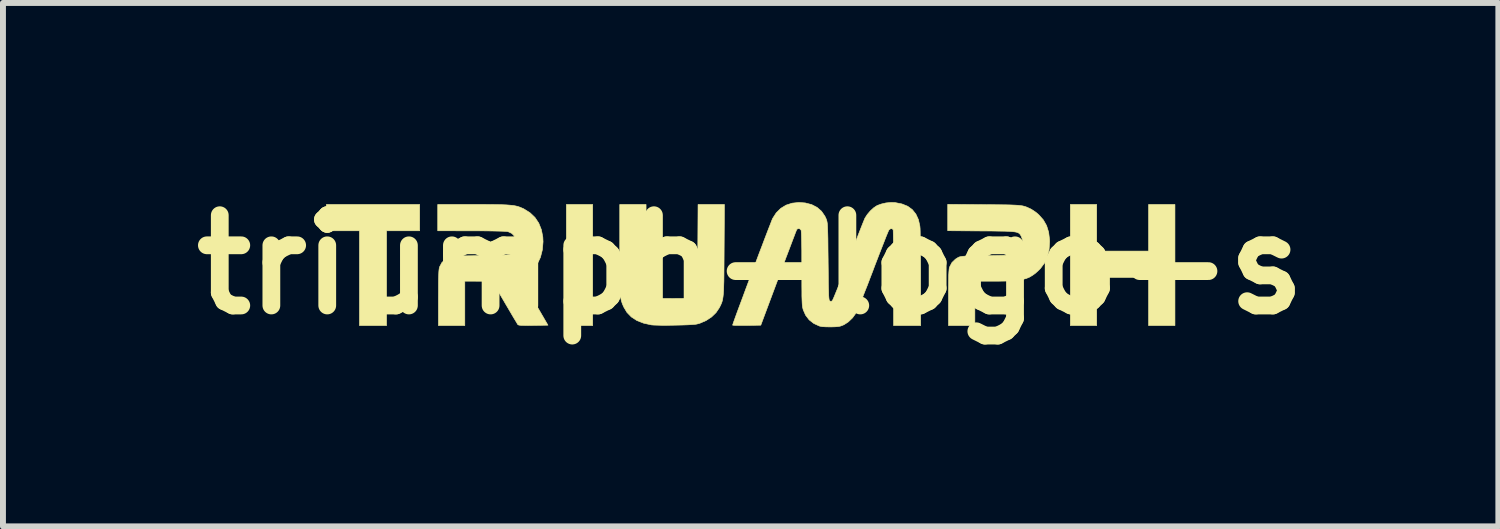
<source format=kicad_pcb>
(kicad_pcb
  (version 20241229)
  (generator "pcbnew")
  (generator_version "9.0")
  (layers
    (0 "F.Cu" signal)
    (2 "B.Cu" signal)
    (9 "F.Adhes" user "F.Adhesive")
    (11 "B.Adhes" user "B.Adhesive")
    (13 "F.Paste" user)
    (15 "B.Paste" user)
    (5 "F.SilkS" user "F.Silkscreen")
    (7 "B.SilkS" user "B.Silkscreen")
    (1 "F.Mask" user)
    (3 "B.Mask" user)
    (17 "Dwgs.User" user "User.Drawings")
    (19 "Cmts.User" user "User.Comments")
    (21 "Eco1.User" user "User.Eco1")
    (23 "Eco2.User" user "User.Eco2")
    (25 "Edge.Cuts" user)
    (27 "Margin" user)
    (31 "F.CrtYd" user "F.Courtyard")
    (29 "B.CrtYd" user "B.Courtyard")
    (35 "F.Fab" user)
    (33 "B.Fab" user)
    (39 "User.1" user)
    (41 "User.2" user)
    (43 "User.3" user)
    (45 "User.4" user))
  (footprint "triumph-logo-s"
    (layer "F.Cu")
    (at 9.623 1.418)
    (property "Reference" "triumph-logo-s" (at 0 0 0) (layer "F.SilkS") (effects (font (size 1.524 1.524) (thickness 0.3))))
    (attr through_hole)
    (fp_poly (pts (xy -2.667 1.029) (xy -3.111 1.029) (xy -3.111 -1.016) (xy -2.667 -1.016) (xy -2.667 1.029)) (stroke (width 0.01) (type solid)) (fill yes) (layer "F.SilkS"))
    (fp_poly (pts (xy -5.588 -0.572) (xy -6.147 -0.572) (xy -6.147 1.029) (xy -6.604 1.029) (xy -6.604 -0.572) (xy -7.163 -0.572) (xy -7.163 -1.016) (xy -5.588 -1.016) (xy -5.588 -0.572)) (stroke (width 0.01) (type solid)) (fill yes) (layer "F.SilkS"))
    (fp_poly (pts (xy 5.842 -0.229) (xy 6.718 -0.229) (xy 6.718 -1.016) (xy 7.163 -1.016) (xy 7.163 1.029) (xy 6.718 1.029) (xy 6.718 0.216) (xy 5.842 0.216) (xy 5.842 1.029) (xy 5.397 1.029) (xy 5.397 -1.016) (xy 5.842 -1.016) (xy 5.842 -0.229)) (stroke (width 0.01) (type solid)) (fill yes) (layer "F.SilkS"))
    (fp_poly (pts (xy 3.94 -1.013) (xy 4.084 -1.012) (xy 4.205 -1.011) (xy 4.306 -1.01) (xy 4.389 -1.008) (xy 4.457 -1.005) (xy 4.511 -1.002) (xy 4.556 -0.997) (xy 4.592 -0.992) (xy 4.623 -0.984) (xy 4.651 -0.975) (xy 4.679 -0.963) (xy 4.709 -0.949) (xy 4.729 -0.94) (xy 4.77 -0.915) (xy 4.819 -0.881) (xy 4.863 -0.843) (xy 4.94 -0.757) (xy 4.996 -0.659) (xy 5.031 -0.547) (xy 5.046 -0.421) (xy 5.047 -0.387) (xy 5.038 -0.253) (xy 5.01 -0.133) (xy 4.961 -0.028) (xy 4.892 0.065) (xy 4.857 0.1) (xy 4.806 0.146) (xy 4.756 0.182) (xy 4.705 0.212) (xy 4.649 0.235) (xy 4.584 0.252) (xy 4.509 0.265) (xy 4.419 0.273) (xy 4.311 0.277) (xy 4.182 0.279) (xy 4.124 0.279) (xy 3.785 0.279) (xy 3.785 1.029) (xy 3.34 1.029) (xy 3.34 0.56) (xy 3.34 0.434) (xy 3.341 0.331) (xy 3.342 0.247) (xy 3.343 0.182) (xy 3.346 0.131) (xy 3.349 0.093) (xy 3.352 0.065) (xy 3.357 0.044) (xy 3.36 0.037) (xy 3.398 -0.035) (xy 3.458 -0.093) (xy 3.499 -0.119) (xy 3.513 -0.126) (xy 3.529 -0.132) (xy 3.548 -0.136) (xy 3.574 -0.14) (xy 3.609 -0.143) (xy 3.656 -0.146) (xy 3.717 -0.147) (xy 3.796 -0.149) (xy 3.896 -0.151) (xy 4.007 -0.152) (xy 4.127 -0.154) (xy 4.225 -0.156) (xy 4.303 -0.158) (xy 4.363 -0.16) (xy 4.409 -0.162) (xy 4.443 -0.165) (xy 4.467 -0.169) (xy 4.484 -0.174) (xy 4.498 -0.179) (xy 4.506 -0.184) (xy 4.551 -0.225) (xy 4.581 -0.281) (xy 4.595 -0.346) (xy 4.591 -0.414) (xy 4.572 -0.47) (xy 4.561 -0.492) (xy 4.55 -0.51) (xy 4.537 -0.524) (xy 4.52 -0.536) (xy 4.496 -0.546) (xy 4.463 -0.553) (xy 4.419 -0.558) (xy 4.362 -0.562) (xy 4.29 -0.565) (xy 4.199 -0.566) (xy 4.089 -0.568) (xy 3.956 -0.569) (xy 3.896 -0.569) (xy 3.327 -0.573) (xy 3.327 -1.018) (xy 3.94 -1.013)) (stroke (width 0.01) (type solid)) (fill yes) (layer "F.SilkS"))
    (fp_poly (pts (xy -1.763 -0.302) (xy -1.762 -0.149) (xy -1.761 -0.019) (xy -1.76 0.089) (xy -1.759 0.179) (xy -1.758 0.251) (xy -1.756 0.308) (xy -1.754 0.353) (xy -1.752 0.387) (xy -1.749 0.412) (xy -1.746 0.431) (xy -1.741 0.445) (xy -1.736 0.457) (xy -1.733 0.464) (xy -1.694 0.514) (xy -1.651 0.543) (xy -1.631 0.552) (xy -1.61 0.56) (xy -1.586 0.565) (xy -1.554 0.568) (xy -1.509 0.57) (xy -1.449 0.571) (xy -1.369 0.571) (xy -1.327 0.572) (xy -1.237 0.571) (xy -1.169 0.571) (xy -1.118 0.569) (xy -1.081 0.566) (xy -1.054 0.562) (xy -1.032 0.556) (xy -1.012 0.547) (xy -1.003 0.543) (xy -0.957 0.512) (xy -0.923 0.473) (xy -0.921 0.47) (xy -0.916 0.46) (xy -0.911 0.448) (xy -0.907 0.433) (xy -0.904 0.412) (xy -0.901 0.384) (xy -0.899 0.346) (xy -0.897 0.296) (xy -0.896 0.233) (xy -0.895 0.153) (xy -0.894 0.056) (xy -0.893 -0.062) (xy -0.892 -0.201) (xy -0.892 -0.295) (xy -0.888 -1.016) (xy -0.443 -1.016) (xy -0.448 -0.251) (xy -0.449 -0.086) (xy -0.45 0.056) (xy -0.451 0.177) (xy -0.452 0.279) (xy -0.455 0.364) (xy -0.457 0.434) (xy -0.461 0.492) (xy -0.466 0.539) (xy -0.472 0.578) (xy -0.479 0.611) (xy -0.488 0.64) (xy -0.499 0.666) (xy -0.512 0.694) (xy -0.527 0.723) (xy -0.528 0.726) (xy -0.584 0.809) (xy -0.66 0.883) (xy -0.753 0.944) (xy -0.857 0.989) (xy -0.908 1.003) (xy -0.94 1.008) (xy -0.994 1.012) (xy -1.063 1.016) (xy -1.145 1.019) (xy -1.234 1.021) (xy -1.327 1.023) (xy -1.417 1.024) (xy -1.502 1.024) (xy -1.576 1.022) (xy -1.636 1.02) (xy -1.676 1.017) (xy -1.676 1.017) (xy -1.807 0.988) (xy -1.92 0.944) (xy -2.014 0.883) (xy -2.088 0.807) (xy -2.14 0.72) (xy -2.154 0.689) (xy -2.166 0.661) (xy -2.176 0.632) (xy -2.185 0.602) (xy -2.192 0.568) (xy -2.197 0.527) (xy -2.201 0.478) (xy -2.204 0.419) (xy -2.207 0.346) (xy -2.208 0.259) (xy -2.209 0.155) (xy -2.21 0.031) (xy -2.21 -0.114) (xy -2.21 -0.257) (xy -2.21 -1.016) (xy -1.988 -1.016) (xy -1.766 -1.016) (xy -1.763 -0.302)) (stroke (width 0.01) (type solid)) (fill yes) (layer "F.SilkS"))
    (fp_poly (pts (xy -4.683 -1.016) (xy -4.53 -1.016) (xy -4.401 -1.015) (xy -4.291 -1.014) (xy -4.2 -1.012) (xy -4.125 -1.009) (xy -4.062 -1.004) (xy -4.01 -0.999) (xy -3.967 -0.991) (xy -3.929 -0.982) (xy -3.895 -0.97) (xy -3.862 -0.956) (xy -3.827 -0.94) (xy -3.827 -0.94) (xy -3.725 -0.876) (xy -3.641 -0.796) (xy -3.577 -0.7) (xy -3.533 -0.59) (xy -3.509 -0.467) (xy -3.505 -0.386) (xy -3.517 -0.249) (xy -3.549 -0.124) (xy -3.602 -0.012) (xy -3.675 0.086) (xy -3.768 0.168) (xy -3.802 0.191) (xy -3.838 0.214) (xy -3.863 0.232) (xy -3.873 0.241) (xy -3.867 0.253) (xy -3.849 0.285) (xy -3.822 0.333) (xy -3.786 0.396) (xy -3.743 0.47) (xy -3.694 0.554) (xy -3.647 0.635) (xy -3.422 1.022) (xy -3.67 1.026) (xy -3.759 1.027) (xy -3.825 1.026) (xy -3.873 1.025) (xy -3.904 1.022) (xy -3.923 1.017) (xy -3.931 1.012) (xy -3.94 0.997) (xy -3.96 0.963) (xy -3.991 0.912) (xy -4.029 0.848) (xy -4.073 0.773) (xy -4.122 0.69) (xy -4.153 0.637) (xy -4.362 0.28) (xy -4.826 0.279) (xy -4.826 1.029) (xy -5.271 1.029) (xy -5.271 0.56) (xy -5.27 0.434) (xy -5.27 0.331) (xy -5.269 0.247) (xy -5.267 0.182) (xy -5.265 0.131) (xy -5.262 0.093) (xy -5.258 0.065) (xy -5.253 0.044) (xy -5.251 0.037) (xy -5.213 -0.035) (xy -5.153 -0.093) (xy -5.112 -0.119) (xy -5.098 -0.126) (xy -5.083 -0.131) (xy -5.064 -0.136) (xy -5.039 -0.14) (xy -5.005 -0.143) (xy -4.96 -0.145) (xy -4.9 -0.147) (xy -4.824 -0.149) (xy -4.728 -0.15) (xy -4.609 -0.152) (xy -4.578 -0.152) (xy -4.453 -0.154) (xy -4.351 -0.156) (xy -4.268 -0.158) (xy -4.204 -0.16) (xy -4.155 -0.162) (xy -4.118 -0.165) (xy -4.092 -0.169) (xy -4.073 -0.173) (xy -4.059 -0.179) (xy -4.055 -0.181) (xy -4.003 -0.223) (xy -3.969 -0.28) (xy -3.955 -0.348) (xy -3.962 -0.419) (xy -3.989 -0.483) (xy -4.033 -0.528) (xy -4.095 -0.556) (xy -4.102 -0.558) (xy -4.129 -0.561) (xy -4.18 -0.564) (xy -4.252 -0.566) (xy -4.343 -0.568) (xy -4.453 -0.57) (xy -4.577 -0.571) (xy -4.716 -0.571) (xy -4.721 -0.571) (xy -5.283 -0.572) (xy -5.283 -1.016) (xy -4.683 -1.016)) (stroke (width 0.01) (type solid)) (fill yes) (layer "F.SilkS"))
    (fp_poly (pts (xy 0.921 -1.042) (xy 1.03 -1.014) (xy 1.121 -0.967) (xy 1.196 -0.902) (xy 1.253 -0.819) (xy 1.273 -0.777) (xy 1.279 -0.76) (xy 1.285 -0.744) (xy 1.289 -0.725) (xy 1.293 -0.702) (xy 1.296 -0.672) (xy 1.298 -0.633) (xy 1.3 -0.583) (xy 1.302 -0.52) (xy 1.304 -0.44) (xy 1.305 -0.343) (xy 1.306 -0.225) (xy 1.308 -0.084) (xy 1.308 -0.052) (xy 1.31 0.094) (xy 1.311 0.217) (xy 1.312 0.318) (xy 1.314 0.4) (xy 1.316 0.466) (xy 1.317 0.516) (xy 1.32 0.553) (xy 1.323 0.579) (xy 1.326 0.596) (xy 1.33 0.607) (xy 1.334 0.613) (xy 1.336 0.614) (xy 1.359 0.621) (xy 1.379 0.608) (xy 1.387 0.592) (xy 1.404 0.555) (xy 1.427 0.499) (xy 1.457 0.426) (xy 1.492 0.337) (xy 1.532 0.236) (xy 1.575 0.125) (xy 1.621 0.006) (xy 1.65 -0.072) (xy 1.698 -0.196) (xy 1.744 -0.315) (xy 1.787 -0.426) (xy 1.826 -0.527) (xy 1.86 -0.614) (xy 1.889 -0.687) (xy 1.911 -0.741) (xy 1.925 -0.776) (xy 1.93 -0.786) (xy 1.969 -0.847) (xy 2.021 -0.908) (xy 2.079 -0.961) (xy 2.135 -0.998) (xy 2.203 -1.023) (xy 2.284 -1.042) (xy 2.368 -1.05) (xy 2.438 -1.048) (xy 2.554 -1.025) (xy 2.651 -0.986) (xy 2.729 -0.929) (xy 2.789 -0.854) (xy 2.832 -0.761) (xy 2.857 -0.65) (xy 2.857 -0.645) (xy 2.86 -0.616) (xy 2.862 -0.564) (xy 2.863 -0.491) (xy 2.865 -0.401) (xy 2.867 -0.295) (xy 2.868 -0.177) (xy 2.869 -0.048) (xy 2.87 0.089) (xy 2.87 0.231) (xy 2.87 0.238) (xy 2.87 1.029) (xy 2.413 1.029) (xy 2.413 0.23) (xy 2.413 0.089) (xy 2.413 -0.044) (xy 2.412 -0.168) (xy 2.411 -0.28) (xy 2.41 -0.379) (xy 2.409 -0.461) (xy 2.408 -0.525) (xy 2.407 -0.568) (xy 2.406 -0.588) (xy 2.405 -0.59) (xy 2.388 -0.607) (xy 2.362 -0.606) (xy 2.337 -0.589) (xy 2.332 -0.581) (xy 2.324 -0.564) (xy 2.308 -0.526) (xy 2.284 -0.468) (xy 2.255 -0.393) (xy 2.22 -0.304) (xy 2.18 -0.202) (xy 2.137 -0.09) (xy 2.091 0.029) (xy 2.064 0.102) (xy 2.016 0.226) (xy 1.971 0.345) (xy 1.927 0.455) (xy 1.888 0.555) (xy 1.853 0.642) (xy 1.824 0.714) (xy 1.802 0.769) (xy 1.786 0.803) (xy 1.782 0.812) (xy 1.72 0.898) (xy 1.648 0.967) (xy 1.577 1.013) (xy 1.542 1.028) (xy 1.51 1.039) (xy 1.474 1.045) (xy 1.427 1.049) (xy 1.362 1.051) (xy 1.359 1.051) (xy 1.273 1.05) (xy 1.206 1.046) (xy 1.162 1.037) (xy 1.066 0.993) (xy 0.988 0.932) (xy 0.928 0.854) (xy 0.889 0.766) (xy 0.883 0.746) (xy 0.878 0.725) (xy 0.874 0.701) (xy 0.871 0.672) (xy 0.869 0.635) (xy 0.867 0.588) (xy 0.865 0.529) (xy 0.865 0.454) (xy 0.864 0.363) (xy 0.864 0.251) (xy 0.864 0.117) (xy 0.864 0.061) (xy 0.863 -0.1) (xy 0.863 -0.239) (xy 0.861 -0.356) (xy 0.859 -0.449) (xy 0.857 -0.519) (xy 0.854 -0.564) (xy 0.851 -0.585) (xy 0.85 -0.585) (xy 0.829 -0.605) (xy 0.801 -0.609) (xy 0.779 -0.595) (xy 0.779 -0.594) (xy 0.773 -0.58) (xy 0.758 -0.544) (xy 0.737 -0.488) (xy 0.709 -0.415) (xy 0.675 -0.325) (xy 0.636 -0.222) (xy 0.592 -0.107) (xy 0.546 0.019) (xy 0.496 0.151) (xy 0.47 0.222) (xy 0.171 1.022) (xy -0.067 1.026) (xy -0.142 1.026) (xy -0.207 1.026) (xy -0.258 1.025) (xy -0.292 1.023) (xy -0.305 1.021) (xy -0.305 1.021) (xy -0.3 1.006) (xy -0.288 0.97) (xy -0.268 0.914) (xy -0.242 0.842) (xy -0.21 0.755) (xy -0.173 0.656) (xy -0.132 0.546) (xy -0.089 0.429) (xy -0.043 0.306) (xy 0.005 0.179) (xy 0.053 0.052) (xy 0.1 -0.074) (xy 0.146 -0.197) (xy 0.191 -0.314) (xy 0.232 -0.423) (xy 0.27 -0.522) (xy 0.303 -0.608) (xy 0.331 -0.679) (xy 0.352 -0.734) (xy 0.366 -0.769) (xy 0.371 -0.78) (xy 0.432 -0.875) (xy 0.508 -0.95) (xy 0.598 -1.005) (xy 0.7 -1.038) (xy 0.813 -1.05) (xy 0.921 -1.042)) (stroke (width 0.01) (type solid)) (fill yes) (layer "F.SilkS")))
  (gr_rect
    (start -3 -3)
    (end 22.246 5.836)
    (stroke (width 0.1) (type default))
    (fill no)
    (layer "Edge.Cuts")))
</source>
